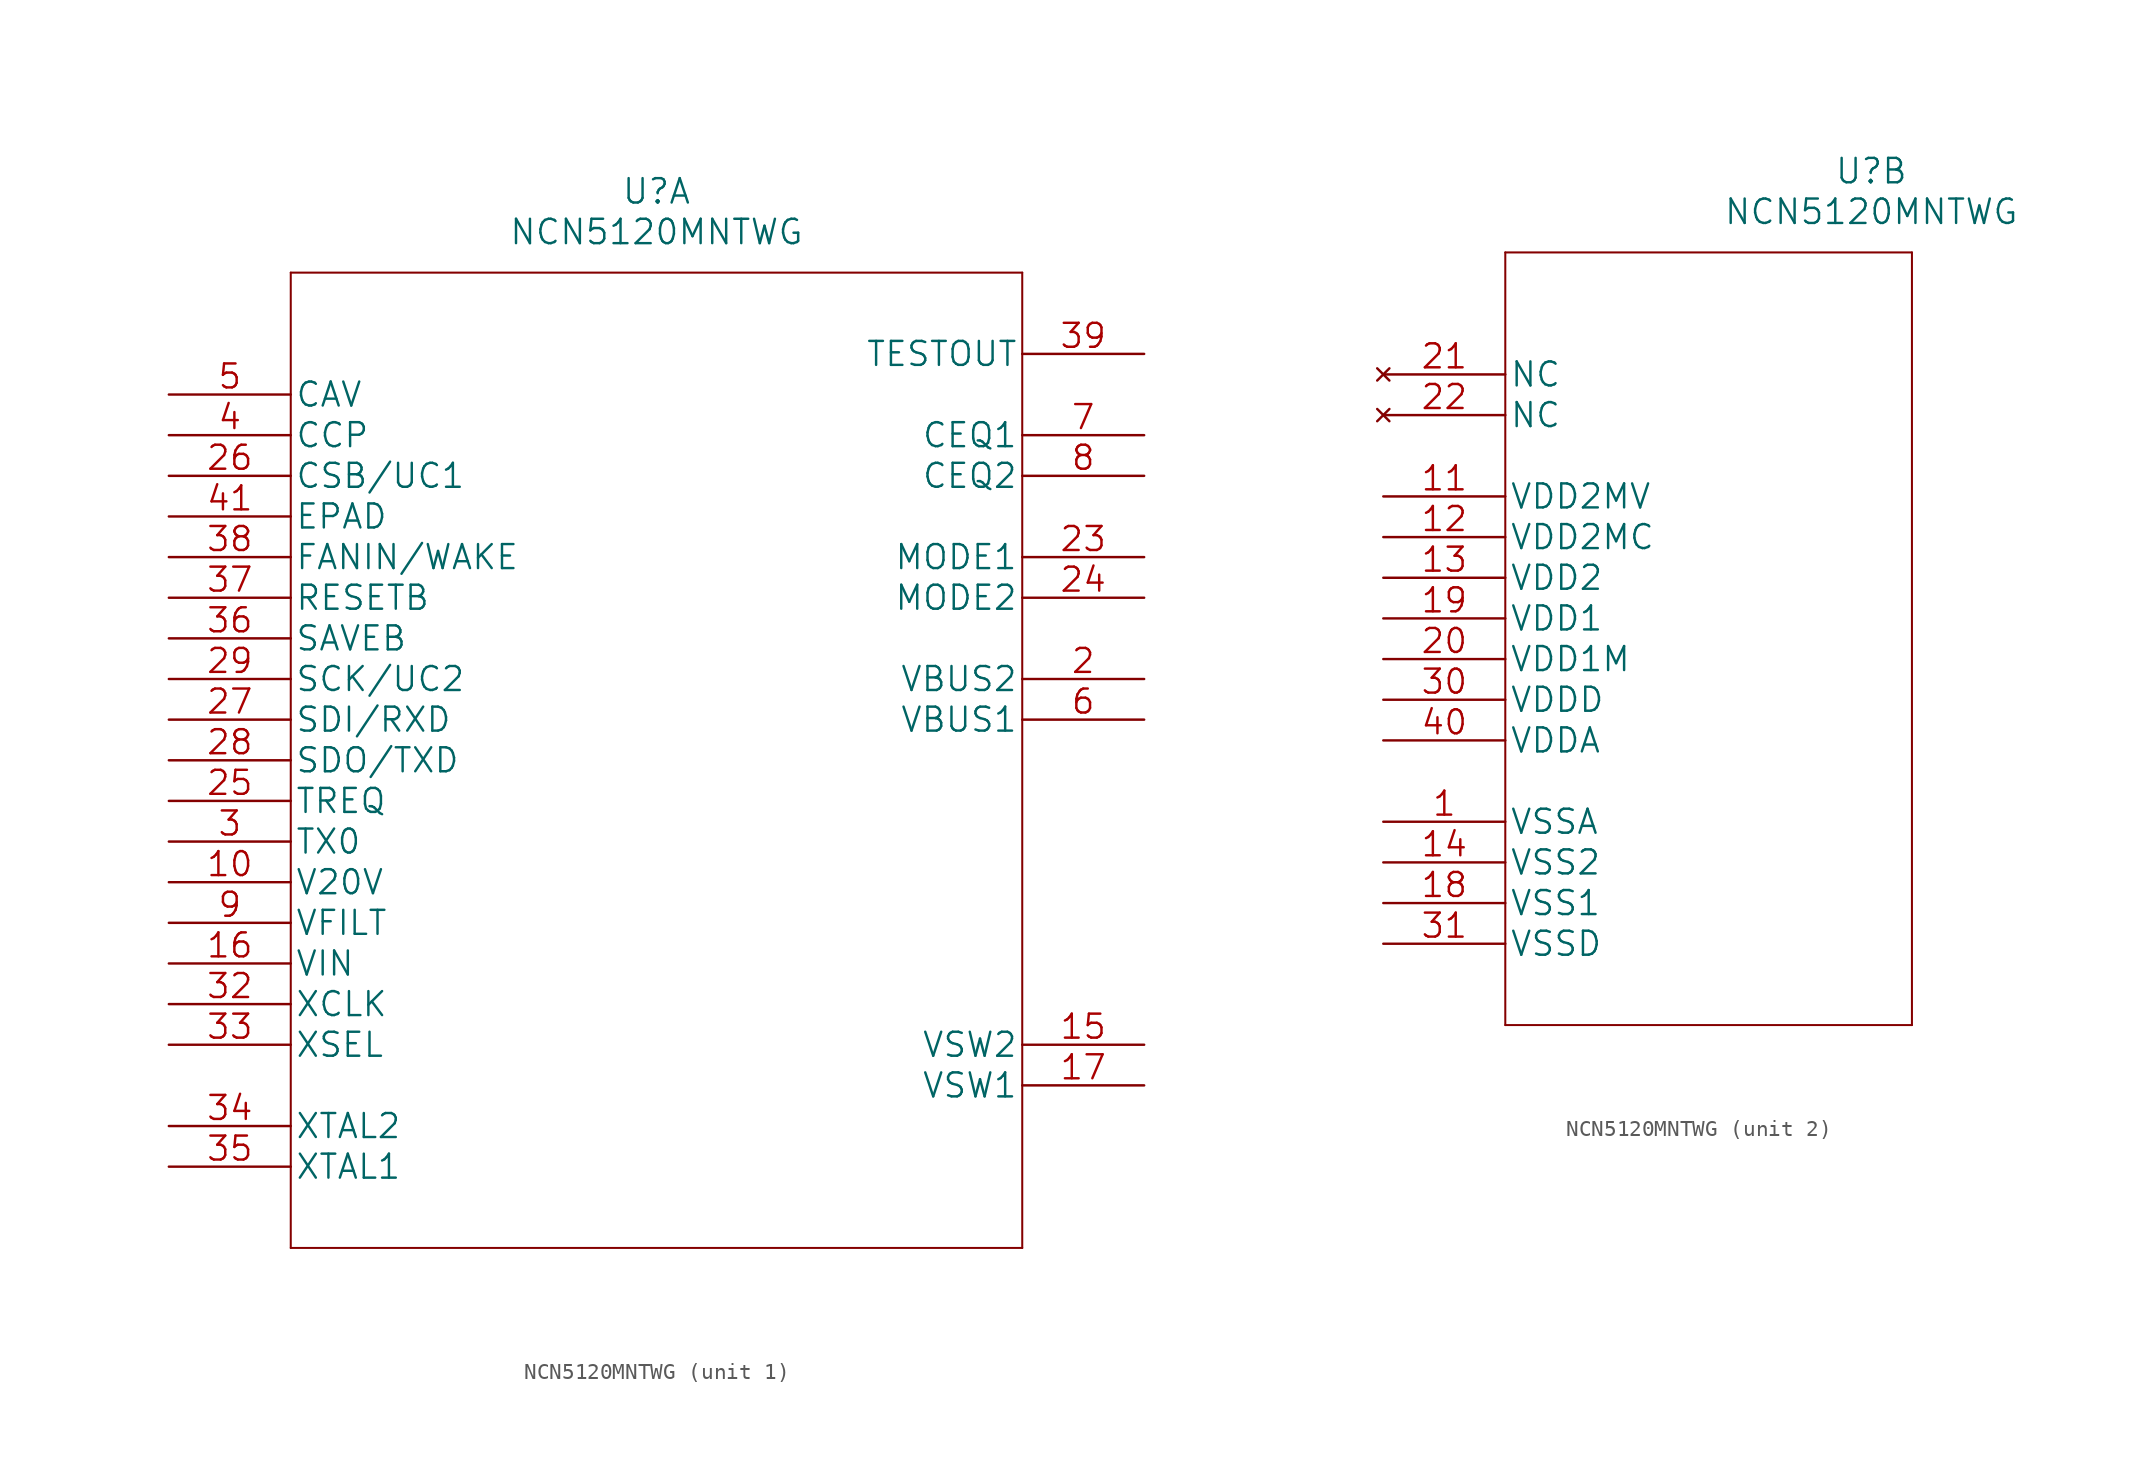
<source format=kicad_sym>
(kicad_symbol_lib
  (version 20211014)
  (generator kicad_symbol_editor)
  (symbol "NCN5120MNTWG"
    (pin_names
      (offset 0.254))
    (property "Reference" "U"
      (at 30.48 12.7 0)
      (effects (font (size 1.524 1.524))))
    (property "Value" "NCN5120MNTWG"
      (at 30.48 10.16 0)
      (effects (font (size 1.524 1.524))))
    (property "Datasheet" ""
      (at 0 0 0)
      (effects (font (size 1.524 1.524))))
    (symbol "NCN5120MNTWG_1_1"
      (polyline (pts (xy 7.62 -53.34) (xy 53.34 -53.34)) (stroke (width 0.127) (type default) (color 0 0 0 0)) (fill (type none)))
      (polyline (pts (xy 7.62 7.62) (xy 7.62 -53.34)) (stroke (width 0.127) (type default) (color 0 0 0 0)) (fill (type none)))
      (polyline (pts (xy 53.34 -53.34) (xy 53.34 7.62)) (stroke (width 0.127) (type default) (color 0 0 0 0)) (fill (type none)))
      (polyline (pts (xy 53.34 7.62) (xy 7.62 7.62)) (stroke (width 0.127) (type default) (color 0 0 0 0)) (fill (type none)))
      (pin unspecified line (at 0 -30.48 0) (length 7.62) (name "V20V" (effects (font (size 1.499 1.499)))) (number "10" (effects (font (size 1.499 1.499)))))
      (pin bidirectional line (at 60.96 -40.64 180) (length 7.62) (name "VSW2" (effects (font (size 1.499 1.499)))) (number "15" (effects (font (size 1.499 1.499)))))
      (pin unspecified line (at 0 -35.56 0) (length 7.62) (name "VIN" (effects (font (size 1.499 1.499)))) (number "16" (effects (font (size 1.499 1.499)))))
      (pin bidirectional line (at 60.96 -43.18 180) (length 7.62) (name "VSW1" (effects (font (size 1.499 1.499)))) (number "17" (effects (font (size 1.499 1.499)))))
      (pin bidirectional line (at 60.96 -17.78 180) (length 7.62) (name "VBUS2" (effects (font (size 1.499 1.499)))) (number "2" (effects (font (size 1.499 1.499)))))
      (pin bidirectional line (at 60.96 -10.16 180) (length 7.62) (name "MODE1" (effects (font (size 1.499 1.499)))) (number "23" (effects (font (size 1.499 1.499)))))
      (pin bidirectional line (at 60.96 -12.7 180) (length 7.62) (name "MODE2" (effects (font (size 1.499 1.499)))) (number "24" (effects (font (size 1.499 1.499)))))
      (pin unspecified line (at 0 -25.4 0) (length 7.62) (name "TREQ" (effects (font (size 1.499 1.499)))) (number "25" (effects (font (size 1.499 1.499)))))
      (pin unspecified line (at 0 -5.08 0) (length 7.62) (name "CSB/UC1" (effects (font (size 1.499 1.499)))) (number "26" (effects (font (size 1.499 1.499)))))
      (pin unspecified line (at 0 -20.32 0) (length 7.62) (name "SDI/RXD" (effects (font (size 1.499 1.499)))) (number "27" (effects (font (size 1.499 1.499)))))
      (pin unspecified line (at 0 -22.86 0) (length 7.62) (name "SDO/TXD" (effects (font (size 1.499 1.499)))) (number "28" (effects (font (size 1.499 1.499)))))
      (pin unspecified line (at 0 -17.78 0) (length 7.62) (name "SCK/UC2" (effects (font (size 1.499 1.499)))) (number "29" (effects (font (size 1.499 1.499)))))
      (pin unspecified line (at 0 -27.94 0) (length 7.62) (name "TX0" (effects (font (size 1.499 1.499)))) (number "3" (effects (font (size 1.499 1.499)))))
      (pin unspecified line (at 0 -38.1 0) (length 7.62) (name "XCLK" (effects (font (size 1.499 1.499)))) (number "32" (effects (font (size 1.499 1.499)))))
      (pin unspecified line (at 0 -40.64 0) (length 7.62) (name "XSEL" (effects (font (size 1.499 1.499)))) (number "33" (effects (font (size 1.499 1.499)))))
      (pin unspecified line (at 0 -45.72 0) (length 7.62) (name "XTAL2" (effects (font (size 1.499 1.499)))) (number "34" (effects (font (size 1.499 1.499)))))
      (pin bidirectional line (at 0 -48.26 0) (length 7.62) (name "XTAL1" (effects (font (size 1.499 1.499)))) (number "35" (effects (font (size 1.499 1.499)))))
      (pin unspecified line (at 0 -15.24 0) (length 7.62) (name "SAVEB" (effects (font (size 1.499 1.499)))) (number "36" (effects (font (size 1.499 1.499)))))
      (pin unspecified line (at 0 -12.7 0) (length 7.62) (name "RESETB" (effects (font (size 1.499 1.499)))) (number "37" (effects (font (size 1.499 1.499)))))
      (pin unspecified line (at 0 -10.16 0) (length 7.62) (name "FANIN/WAKE" (effects (font (size 1.499 1.499)))) (number "38" (effects (font (size 1.499 1.499)))))
      (pin output line (at 60.96 2.54 180) (length 7.62) (name "TESTOUT" (effects (font (size 1.499 1.499)))) (number "39" (effects (font (size 1.499 1.499)))))
      (pin unspecified line (at 0 -2.54 0) (length 7.62) (name "CCP" (effects (font (size 1.499 1.499)))) (number "4" (effects (font (size 1.499 1.499)))))
      (pin unspecified line (at 0 -7.62 0) (length 7.62) (name "EPAD" (effects (font (size 1.499 1.499)))) (number "41" (effects (font (size 1.499 1.499)))))
      (pin unspecified line (at 0 0 0) (length 7.62) (name "CAV" (effects (font (size 1.499 1.499)))) (number "5" (effects (font (size 1.499 1.499)))))
      (pin bidirectional line (at 60.96 -20.32 180) (length 7.62) (name "VBUS1" (effects (font (size 1.499 1.499)))) (number "6" (effects (font (size 1.499 1.499)))))
      (pin bidirectional line (at 60.96 -2.54 180) (length 7.62) (name "CEQ1" (effects (font (size 1.499 1.499)))) (number "7" (effects (font (size 1.499 1.499)))))
      (pin bidirectional line (at 60.96 -5.08 180) (length 7.62) (name "CEQ2" (effects (font (size 1.499 1.499)))) (number "8" (effects (font (size 1.499 1.499)))))
      (pin unspecified line (at 0 -33.02 0) (length 7.62) (name "VFILT" (effects (font (size 1.499 1.499)))) (number "9" (effects (font (size 1.499 1.499))))))
    (symbol "NCN5120MNTWG_2_1"
      (polyline (pts (xy 7.62 -40.64) (xy 33.02 -40.64)) (stroke (width 0.127) (type default) (color 0 0 0 0)) (fill (type none)))
      (polyline (pts (xy 7.62 7.62) (xy 7.62 -40.64)) (stroke (width 0.127) (type default) (color 0 0 0 0)) (fill (type none)))
      (polyline (pts (xy 33.02 -40.64) (xy 33.02 7.62)) (stroke (width 0.127) (type default) (color 0 0 0 0)) (fill (type none)))
      (polyline (pts (xy 33.02 7.62) (xy 7.62 7.62)) (stroke (width 0.127) (type default) (color 0 0 0 0)) (fill (type none)))
      (pin power_in line (at 0 -27.94 0) (length 7.62) (name "VSSA" (effects (font (size 1.499 1.499)))) (number "1" (effects (font (size 1.499 1.499)))))
      (pin power_in line (at 0 -7.62 0) (length 7.62) (name "VDD2MV" (effects (font (size 1.499 1.499)))) (number "11" (effects (font (size 1.499 1.499)))))
      (pin power_in line (at 0 -10.16 0) (length 7.62) (name "VDD2MC" (effects (font (size 1.499 1.499)))) (number "12" (effects (font (size 1.499 1.499)))))
      (pin power_in line (at 0 -12.7 0) (length 7.62) (name "VDD2" (effects (font (size 1.499 1.499)))) (number "13" (effects (font (size 1.499 1.499)))))
      (pin power_in line (at 0 -30.48 0) (length 7.62) (name "VSS2" (effects (font (size 1.499 1.499)))) (number "14" (effects (font (size 1.499 1.499)))))
      (pin power_in line (at 0 -33.02 0) (length 7.62) (name "VSS1" (effects (font (size 1.499 1.499)))) (number "18" (effects (font (size 1.499 1.499)))))
      (pin power_in line (at 0 -15.24 0) (length 7.62) (name "VDD1" (effects (font (size 1.499 1.499)))) (number "19" (effects (font (size 1.499 1.499)))))
      (pin power_in line (at 0 -17.78 0) (length 7.62) (name "VDD1M" (effects (font (size 1.499 1.499)))) (number "20" (effects (font (size 1.499 1.499)))))
      (pin no_connect line (at 0 0 0) (length 7.62) (name "NC" (effects (font (size 1.499 1.499)))) (number "21" (effects (font (size 1.499 1.499)))))
      (pin no_connect line (at 0 -2.54 0) (length 7.62) (name "NC" (effects (font (size 1.499 1.499)))) (number "22" (effects (font (size 1.499 1.499)))))
      (pin power_in line (at 0 -20.32 0) (length 7.62) (name "VDDD" (effects (font (size 1.499 1.499)))) (number "30" (effects (font (size 1.499 1.499)))))
      (pin power_in line (at 0 -35.56 0) (length 7.62) (name "VSSD" (effects (font (size 1.499 1.499)))) (number "31" (effects (font (size 1.499 1.499)))))
      (pin power_in line (at 0 -22.86 0) (length 7.62) (name "VDDA" (effects (font (size 1.499 1.499)))) (number "40" (effects (font (size 1.499 1.499))))))))
</source>
